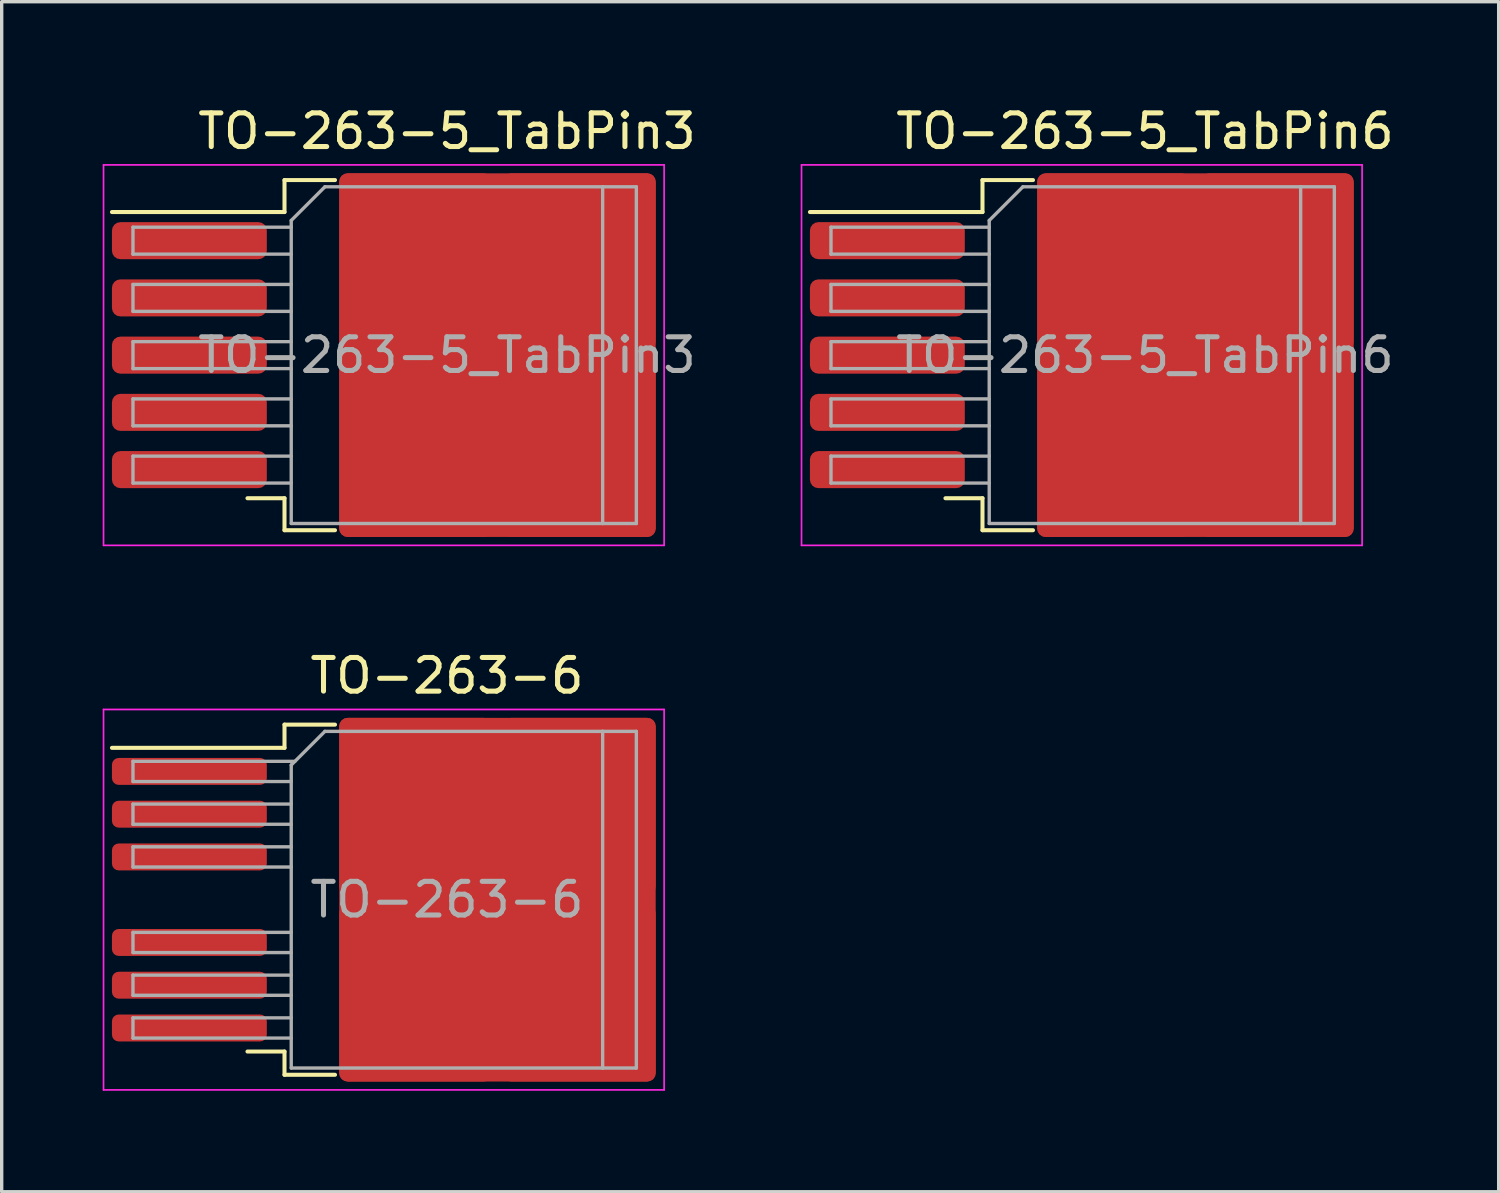
<source format=kicad_pcb>
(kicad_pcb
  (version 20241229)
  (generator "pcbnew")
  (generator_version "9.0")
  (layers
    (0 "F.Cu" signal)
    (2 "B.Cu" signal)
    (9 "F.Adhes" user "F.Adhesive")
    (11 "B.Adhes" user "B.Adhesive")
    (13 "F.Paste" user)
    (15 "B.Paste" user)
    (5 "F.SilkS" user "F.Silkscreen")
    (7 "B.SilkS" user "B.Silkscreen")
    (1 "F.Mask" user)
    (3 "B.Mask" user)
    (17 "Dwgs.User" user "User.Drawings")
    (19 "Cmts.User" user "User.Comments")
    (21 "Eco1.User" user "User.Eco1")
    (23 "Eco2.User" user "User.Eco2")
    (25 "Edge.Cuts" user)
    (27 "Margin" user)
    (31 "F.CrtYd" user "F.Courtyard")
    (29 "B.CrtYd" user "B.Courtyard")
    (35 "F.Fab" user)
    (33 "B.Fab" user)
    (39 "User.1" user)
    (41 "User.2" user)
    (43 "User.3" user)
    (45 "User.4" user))
  (footprint "TO-263-5_TabPin6"
    (layer "F.Cu")
    (at 30.956 7.498)
    (property "Reference" "TO-263-5_TabPin6" (at 0 -6.65 0) (layer "F.SilkS") (effects (font (size 1 1) (thickness 0.15))))
    (attr smd)
    (fp_line (start -4.825 -5.2) (end -4.825 -4.25) (stroke (width 0.12) (type solid)) (layer "F.SilkS"))
    (fp_line (start -4.825 -4.25) (end -9.95 -4.25) (stroke (width 0.12) (type solid)) (layer "F.SilkS"))
    (fp_line (start -4.825 4.25) (end -5.925 4.25) (stroke (width 0.12) (type solid)) (layer "F.SilkS"))
    (fp_line (start -4.825 5.2) (end -4.825 4.25) (stroke (width 0.12) (type solid)) (layer "F.SilkS"))
    (fp_line (start -3.325 -5.2) (end -4.825 -5.2) (stroke (width 0.12) (type solid)) (layer "F.SilkS"))
    (fp_line (start -3.325 5.2) (end -4.825 5.2) (stroke (width 0.12) (type solid)) (layer "F.SilkS"))
    (fp_line (start -10.2 -5.65) (end -10.2 5.65) (stroke (width 0.05) (type solid)) (layer "F.CrtYd"))
    (fp_line (start -10.2 5.65) (end 6.45 5.65) (stroke (width 0.05) (type solid)) (layer "F.CrtYd"))
    (fp_line (start 6.45 -5.65) (end -10.2 -5.65) (stroke (width 0.05) (type solid)) (layer "F.CrtYd"))
    (fp_line (start 6.45 5.65) (end 6.45 -5.65) (stroke (width 0.05) (type solid)) (layer "F.CrtYd"))
    (fp_line (start -9.325 -3.8) (end -9.325 -3) (stroke (width 0.1) (type solid)) (layer "F.Fab"))
    (fp_line (start -9.325 -3) (end -4.625 -3) (stroke (width 0.1) (type solid)) (layer "F.Fab"))
    (fp_line (start -9.325 -2.1) (end -9.325 -1.3) (stroke (width 0.1) (type solid)) (layer "F.Fab"))
    (fp_line (start -9.325 -1.3) (end -4.625 -1.3) (stroke (width 0.1) (type solid)) (layer "F.Fab"))
    (fp_line (start -9.325 -0.4) (end -9.325 0.4) (stroke (width 0.1) (type solid)) (layer "F.Fab"))
    (fp_line (start -9.325 0.4) (end -4.625 0.4) (stroke (width 0.1) (type solid)) (layer "F.Fab"))
    (fp_line (start -9.325 1.3) (end -9.325 2.1) (stroke (width 0.1) (type solid)) (layer "F.Fab"))
    (fp_line (start -9.325 2.1) (end -4.625 2.1) (stroke (width 0.1) (type solid)) (layer "F.Fab"))
    (fp_line (start -9.325 3) (end -9.325 3.8) (stroke (width 0.1) (type solid)) (layer "F.Fab"))
    (fp_line (start -9.325 3.8) (end -4.625 3.8) (stroke (width 0.1) (type solid)) (layer "F.Fab"))
    (fp_line (start -4.625 -4) (end -3.625 -5) (stroke (width 0.1) (type solid)) (layer "F.Fab"))
    (fp_line (start -4.625 -3.8) (end -9.325 -3.8) (stroke (width 0.1) (type solid)) (layer "F.Fab"))
    (fp_line (start -4.625 -2.1) (end -9.325 -2.1) (stroke (width 0.1) (type solid)) (layer "F.Fab"))
    (fp_line (start -4.625 -0.4) (end -9.325 -0.4) (stroke (width 0.1) (type solid)) (layer "F.Fab"))
    (fp_line (start -4.625 1.3) (end -9.325 1.3) (stroke (width 0.1) (type solid)) (layer "F.Fab"))
    (fp_line (start -4.625 3) (end -9.325 3) (stroke (width 0.1) (type solid)) (layer "F.Fab"))
    (fp_line (start -4.625 5) (end -4.625 -4) (stroke (width 0.1) (type solid)) (layer "F.Fab"))
    (fp_line (start -3.625 -5) (end 4.625 -5) (stroke (width 0.1) (type solid)) (layer "F.Fab"))
    (fp_line (start 4.625 -5) (end 4.625 5) (stroke (width 0.1) (type solid)) (layer "F.Fab"))
    (fp_line (start 4.625 -5) (end 5.625 -5) (stroke (width 0.1) (type solid)) (layer "F.Fab"))
    (fp_line (start 4.625 5) (end -4.625 5) (stroke (width 0.1) (type solid)) (layer "F.Fab"))
    (fp_line (start 5.625 -5) (end 5.625 5) (stroke (width 0.1) (type solid)) (layer "F.Fab"))
    (fp_line (start 5.625 5) (end 4.625 5) (stroke (width 0.1) (type solid)) (layer "F.Fab"))
    (fp_text user "${REFERENCE}" (at 0 0 0) (layer "F.Fab") (effects (font (size 1 1) (thickness 0.15))))
    (pad "1" smd roundrect (at -7.65 -3.4) (size 4.6 1.1) (layers "F.Cu" "F.Mask" "F.Paste") (roundrect_rratio 0.227))
    (pad "2" smd roundrect (at -7.65 -1.7) (size 4.6 1.1) (layers "F.Cu" "F.Mask" "F.Paste") (roundrect_rratio 0.227))
    (pad "3" smd roundrect (at -7.65 0) (size 4.6 1.1) (layers "F.Cu" "F.Mask" "F.Paste") (roundrect_rratio 0.227))
    (pad "4" smd roundrect (at -7.65 1.7) (size 4.6 1.1) (layers "F.Cu" "F.Mask" "F.Paste") (roundrect_rratio 0.227))
    (pad "5" smd roundrect (at -7.65 3.4) (size 4.6 1.1) (layers "F.Cu" "F.Mask" "F.Paste") (roundrect_rratio 0.227))
    (pad "6" smd roundrect (at -0.925 -2.775) (size 4.55 5.25) (layers "F.Cu" "F.Paste") (roundrect_rratio 0.055))
    (pad "6" smd roundrect (at -0.925 2.775) (size 4.55 5.25) (layers "F.Cu" "F.Paste") (roundrect_rratio 0.055))
    (pad "6" smd roundrect (at 1.5 0) (size 9.4 10.8) (layers "F.Cu" "F.Mask") (roundrect_rratio 0.027))
    (pad "6" smd roundrect (at 3.925 -2.775) (size 4.55 5.25) (layers "F.Cu" "F.Paste") (roundrect_rratio 0.055))
    (pad "6" smd roundrect (at 3.925 2.775) (size 4.55 5.25) (layers "F.Cu" "F.Paste") (roundrect_rratio 0.055)))
  (footprint "TO-263-6"
    (layer "F.Cu")
    (at 10.225 23.672)
    (property "Reference" "TO-263-6" (at 0 -6.65 0) (layer "F.SilkS") (effects (font (size 1 1) (thickness 0.15))))
    (attr smd)
    (fp_line (start -4.825 -5.2) (end -4.825 -4.51) (stroke (width 0.12) (type solid)) (layer "F.SilkS"))
    (fp_line (start -4.825 -4.51) (end -9.95 -4.51) (stroke (width 0.12) (type solid)) (layer "F.SilkS"))
    (fp_line (start -4.825 4.51) (end -5.925 4.51) (stroke (width 0.12) (type solid)) (layer "F.SilkS"))
    (fp_line (start -4.825 5.2) (end -4.825 4.51) (stroke (width 0.12) (type solid)) (layer "F.SilkS"))
    (fp_line (start -3.325 -5.2) (end -4.825 -5.2) (stroke (width 0.12) (type solid)) (layer "F.SilkS"))
    (fp_line (start -3.325 5.2) (end -4.825 5.2) (stroke (width 0.12) (type solid)) (layer "F.SilkS"))
    (fp_line (start -10.2 -5.65) (end -10.2 5.65) (stroke (width 0.05) (type solid)) (layer "F.CrtYd"))
    (fp_line (start -10.2 5.65) (end 6.45 5.65) (stroke (width 0.05) (type solid)) (layer "F.CrtYd"))
    (fp_line (start 6.45 -5.65) (end -10.2 -5.65) (stroke (width 0.05) (type solid)) (layer "F.CrtYd"))
    (fp_line (start 6.45 5.65) (end 6.45 -5.65) (stroke (width 0.05) (type solid)) (layer "F.CrtYd"))
    (fp_line (start -9.325 -4.11) (end -9.325 -3.51) (stroke (width 0.1) (type solid)) (layer "F.Fab"))
    (fp_line (start -9.325 -3.51) (end -4.625 -3.51) (stroke (width 0.1) (type solid)) (layer "F.Fab"))
    (fp_line (start -9.325 -2.84) (end -9.325 -2.24) (stroke (width 0.1) (type solid)) (layer "F.Fab"))
    (fp_line (start -9.325 -2.24) (end -4.625 -2.24) (stroke (width 0.1) (type solid)) (layer "F.Fab"))
    (fp_line (start -9.325 -1.57) (end -9.325 -0.97) (stroke (width 0.1) (type solid)) (layer "F.Fab"))
    (fp_line (start -9.325 -0.97) (end -4.625 -0.97) (stroke (width 0.1) (type solid)) (layer "F.Fab"))
    (fp_line (start -9.325 0.97) (end -9.325 1.57) (stroke (width 0.1) (type solid)) (layer "F.Fab"))
    (fp_line (start -9.325 1.57) (end -4.625 1.57) (stroke (width 0.1) (type solid)) (layer "F.Fab"))
    (fp_line (start -9.325 2.24) (end -9.325 2.84) (stroke (width 0.1) (type solid)) (layer "F.Fab"))
    (fp_line (start -9.325 2.84) (end -4.625 2.84) (stroke (width 0.1) (type solid)) (layer "F.Fab"))
    (fp_line (start -9.325 3.51) (end -9.325 4.11) (stroke (width 0.1) (type solid)) (layer "F.Fab"))
    (fp_line (start -9.325 4.11) (end -4.625 4.11) (stroke (width 0.1) (type solid)) (layer "F.Fab"))
    (fp_line (start -4.625 -4) (end -3.625 -5) (stroke (width 0.1) (type solid)) (layer "F.Fab"))
    (fp_line (start -4.625 -2.84) (end -9.325 -2.84) (stroke (width 0.1) (type solid)) (layer "F.Fab"))
    (fp_line (start -4.625 -1.57) (end -9.325 -1.57) (stroke (width 0.1) (type solid)) (layer "F.Fab"))
    (fp_line (start -4.625 0.97) (end -9.325 0.97) (stroke (width 0.1) (type solid)) (layer "F.Fab"))
    (fp_line (start -4.625 2.24) (end -9.325 2.24) (stroke (width 0.1) (type solid)) (layer "F.Fab"))
    (fp_line (start -4.625 3.51) (end -9.325 3.51) (stroke (width 0.1) (type solid)) (layer "F.Fab"))
    (fp_line (start -4.625 5) (end -4.625 -4) (stroke (width 0.1) (type solid)) (layer "F.Fab"))
    (fp_line (start -4.515 -4.11) (end -9.325 -4.11) (stroke (width 0.1) (type solid)) (layer "F.Fab"))
    (fp_line (start -3.625 -5) (end 4.625 -5) (stroke (width 0.1) (type solid)) (layer "F.Fab"))
    (fp_line (start 4.625 -5) (end 4.625 5) (stroke (width 0.1) (type solid)) (layer "F.Fab"))
    (fp_line (start 4.625 -5) (end 5.625 -5) (stroke (width 0.1) (type solid)) (layer "F.Fab"))
    (fp_line (start 4.625 5) (end -4.625 5) (stroke (width 0.1) (type solid)) (layer "F.Fab"))
    (fp_line (start 5.625 -5) (end 5.625 5) (stroke (width 0.1) (type solid)) (layer "F.Fab"))
    (fp_line (start 5.625 5) (end 4.625 5) (stroke (width 0.1) (type solid)) (layer "F.Fab"))
    (fp_text user "${REFERENCE}" (at 0 0 0) (layer "F.Fab") (effects (font (size 1 1) (thickness 0.15))))
    (pad "1" smd roundrect (at -7.65 -3.81) (size 4.6 0.8) (layers "F.Cu" "F.Mask" "F.Paste") (roundrect_rratio 0.25))
    (pad "2" smd roundrect (at -7.65 -2.54) (size 4.6 0.8) (layers "F.Cu" "F.Mask" "F.Paste") (roundrect_rratio 0.25))
    (pad "3" smd roundrect (at -7.65 -1.27) (size 4.6 0.8) (layers "F.Cu" "F.Mask" "F.Paste") (roundrect_rratio 0.25))
    (pad "4" smd roundrect (at -0.925 -2.775) (size 4.55 5.25) (layers "F.Cu" "F.Paste") (roundrect_rratio 0.055))
    (pad "4" smd roundrect (at -0.925 2.775) (size 4.55 5.25) (layers "F.Cu" "F.Paste") (roundrect_rratio 0.055))
    (pad "4" smd roundrect (at 1.5 0) (size 9.4 10.8) (layers "F.Cu" "F.Mask") (roundrect_rratio 0.027))
    (pad "4" smd roundrect (at 3.925 -2.775) (size 4.55 5.25) (layers "F.Cu" "F.Paste") (roundrect_rratio 0.055))
    (pad "4" smd roundrect (at 3.925 2.775) (size 4.55 5.25) (layers "F.Cu" "F.Paste") (roundrect_rratio 0.055))
    (pad "5" smd roundrect (at -7.65 1.27) (size 4.6 0.8) (layers "F.Cu" "F.Mask" "F.Paste") (roundrect_rratio 0.25))
    (pad "6" smd roundrect (at -7.65 2.54) (size 4.6 0.8) (layers "F.Cu" "F.Mask" "F.Paste") (roundrect_rratio 0.25))
    (pad "7" smd roundrect (at -7.65 3.81) (size 4.6 0.8) (layers "F.Cu" "F.Mask" "F.Paste") (roundrect_rratio 0.25)))
  (footprint "TO-263-5_TabPin3"
    (layer "F.Cu")
    (at 10.225 7.498)
    (property "Reference" "TO-263-5_TabPin3" (at 0 -6.65 0) (layer "F.SilkS") (effects (font (size 1 1) (thickness 0.15))))
    (attr smd)
    (fp_line (start -4.825 -5.2) (end -4.825 -4.25) (stroke (width 0.12) (type solid)) (layer "F.SilkS"))
    (fp_line (start -4.825 -4.25) (end -9.95 -4.25) (stroke (width 0.12) (type solid)) (layer "F.SilkS"))
    (fp_line (start -4.825 4.25) (end -5.925 4.25) (stroke (width 0.12) (type solid)) (layer "F.SilkS"))
    (fp_line (start -4.825 5.2) (end -4.825 4.25) (stroke (width 0.12) (type solid)) (layer "F.SilkS"))
    (fp_line (start -3.325 -5.2) (end -4.825 -5.2) (stroke (width 0.12) (type solid)) (layer "F.SilkS"))
    (fp_line (start -3.325 5.2) (end -4.825 5.2) (stroke (width 0.12) (type solid)) (layer "F.SilkS"))
    (fp_line (start -10.2 -5.65) (end -10.2 5.65) (stroke (width 0.05) (type solid)) (layer "F.CrtYd"))
    (fp_line (start -10.2 5.65) (end 6.45 5.65) (stroke (width 0.05) (type solid)) (layer "F.CrtYd"))
    (fp_line (start 6.45 -5.65) (end -10.2 -5.65) (stroke (width 0.05) (type solid)) (layer "F.CrtYd"))
    (fp_line (start 6.45 5.65) (end 6.45 -5.65) (stroke (width 0.05) (type solid)) (layer "F.CrtYd"))
    (fp_line (start -9.325 -3.8) (end -9.325 -3) (stroke (width 0.1) (type solid)) (layer "F.Fab"))
    (fp_line (start -9.325 -3) (end -4.625 -3) (stroke (width 0.1) (type solid)) (layer "F.Fab"))
    (fp_line (start -9.325 -2.1) (end -9.325 -1.3) (stroke (width 0.1) (type solid)) (layer "F.Fab"))
    (fp_line (start -9.325 -1.3) (end -4.625 -1.3) (stroke (width 0.1) (type solid)) (layer "F.Fab"))
    (fp_line (start -9.325 -0.4) (end -9.325 0.4) (stroke (width 0.1) (type solid)) (layer "F.Fab"))
    (fp_line (start -9.325 0.4) (end -4.625 0.4) (stroke (width 0.1) (type solid)) (layer "F.Fab"))
    (fp_line (start -9.325 1.3) (end -9.325 2.1) (stroke (width 0.1) (type solid)) (layer "F.Fab"))
    (fp_line (start -9.325 2.1) (end -4.625 2.1) (stroke (width 0.1) (type solid)) (layer "F.Fab"))
    (fp_line (start -9.325 3) (end -9.325 3.8) (stroke (width 0.1) (type solid)) (layer "F.Fab"))
    (fp_line (start -9.325 3.8) (end -4.625 3.8) (stroke (width 0.1) (type solid)) (layer "F.Fab"))
    (fp_line (start -4.625 -4) (end -3.625 -5) (stroke (width 0.1) (type solid)) (layer "F.Fab"))
    (fp_line (start -4.625 -3.8) (end -9.325 -3.8) (stroke (width 0.1) (type solid)) (layer "F.Fab"))
    (fp_line (start -4.625 -2.1) (end -9.325 -2.1) (stroke (width 0.1) (type solid)) (layer "F.Fab"))
    (fp_line (start -4.625 -0.4) (end -9.325 -0.4) (stroke (width 0.1) (type solid)) (layer "F.Fab"))
    (fp_line (start -4.625 1.3) (end -9.325 1.3) (stroke (width 0.1) (type solid)) (layer "F.Fab"))
    (fp_line (start -4.625 3) (end -9.325 3) (stroke (width 0.1) (type solid)) (layer "F.Fab"))
    (fp_line (start -4.625 5) (end -4.625 -4) (stroke (width 0.1) (type solid)) (layer "F.Fab"))
    (fp_line (start -3.625 -5) (end 4.625 -5) (stroke (width 0.1) (type solid)) (layer "F.Fab"))
    (fp_line (start 4.625 -5) (end 4.625 5) (stroke (width 0.1) (type solid)) (layer "F.Fab"))
    (fp_line (start 4.625 -5) (end 5.625 -5) (stroke (width 0.1) (type solid)) (layer "F.Fab"))
    (fp_line (start 4.625 5) (end -4.625 5) (stroke (width 0.1) (type solid)) (layer "F.Fab"))
    (fp_line (start 5.625 -5) (end 5.625 5) (stroke (width 0.1) (type solid)) (layer "F.Fab"))
    (fp_line (start 5.625 5) (end 4.625 5) (stroke (width 0.1) (type solid)) (layer "F.Fab"))
    (fp_text user "${REFERENCE}" (at 0 0 0) (layer "F.Fab") (effects (font (size 1 1) (thickness 0.15))))
    (pad "1" smd roundrect (at -7.65 -3.4) (size 4.6 1.1) (layers "F.Cu" "F.Mask" "F.Paste") (roundrect_rratio 0.227))
    (pad "2" smd roundrect (at -7.65 -1.7) (size 4.6 1.1) (layers "F.Cu" "F.Mask" "F.Paste") (roundrect_rratio 0.227))
    (pad "3" smd roundrect (at -7.65 0) (size 4.6 1.1) (layers "F.Cu" "F.Mask" "F.Paste") (roundrect_rratio 0.227))
    (pad "3" smd roundrect (at -0.925 -2.775) (size 4.55 5.25) (layers "F.Cu" "F.Paste") (roundrect_rratio 0.055))
    (pad "3" smd roundrect (at -0.925 2.775) (size 4.55 5.25) (layers "F.Cu" "F.Paste") (roundrect_rratio 0.055))
    (pad "3" smd roundrect (at 1.5 0) (size 9.4 10.8) (layers "F.Cu" "F.Mask") (roundrect_rratio 0.027))
    (pad "3" smd roundrect (at 3.925 -2.775) (size 4.55 5.25) (layers "F.Cu" "F.Paste") (roundrect_rratio 0.055))
    (pad "3" smd roundrect (at 3.925 2.775) (size 4.55 5.25) (layers "F.Cu" "F.Paste") (roundrect_rratio 0.055))
    (pad "4" smd roundrect (at -7.65 1.7) (size 4.6 1.1) (layers "F.Cu" "F.Mask" "F.Paste") (roundrect_rratio 0.227))
    (pad "5" smd roundrect (at -7.65 3.4) (size 4.6 1.1) (layers "F.Cu" "F.Mask" "F.Paste") (roundrect_rratio 0.227)))
  (gr_rect
    (start -3 -3)
    (end 41.462 32.346)
    (stroke (width 0.1) (type default))
    (fill no)
    (layer "Edge.Cuts")))
</source>
